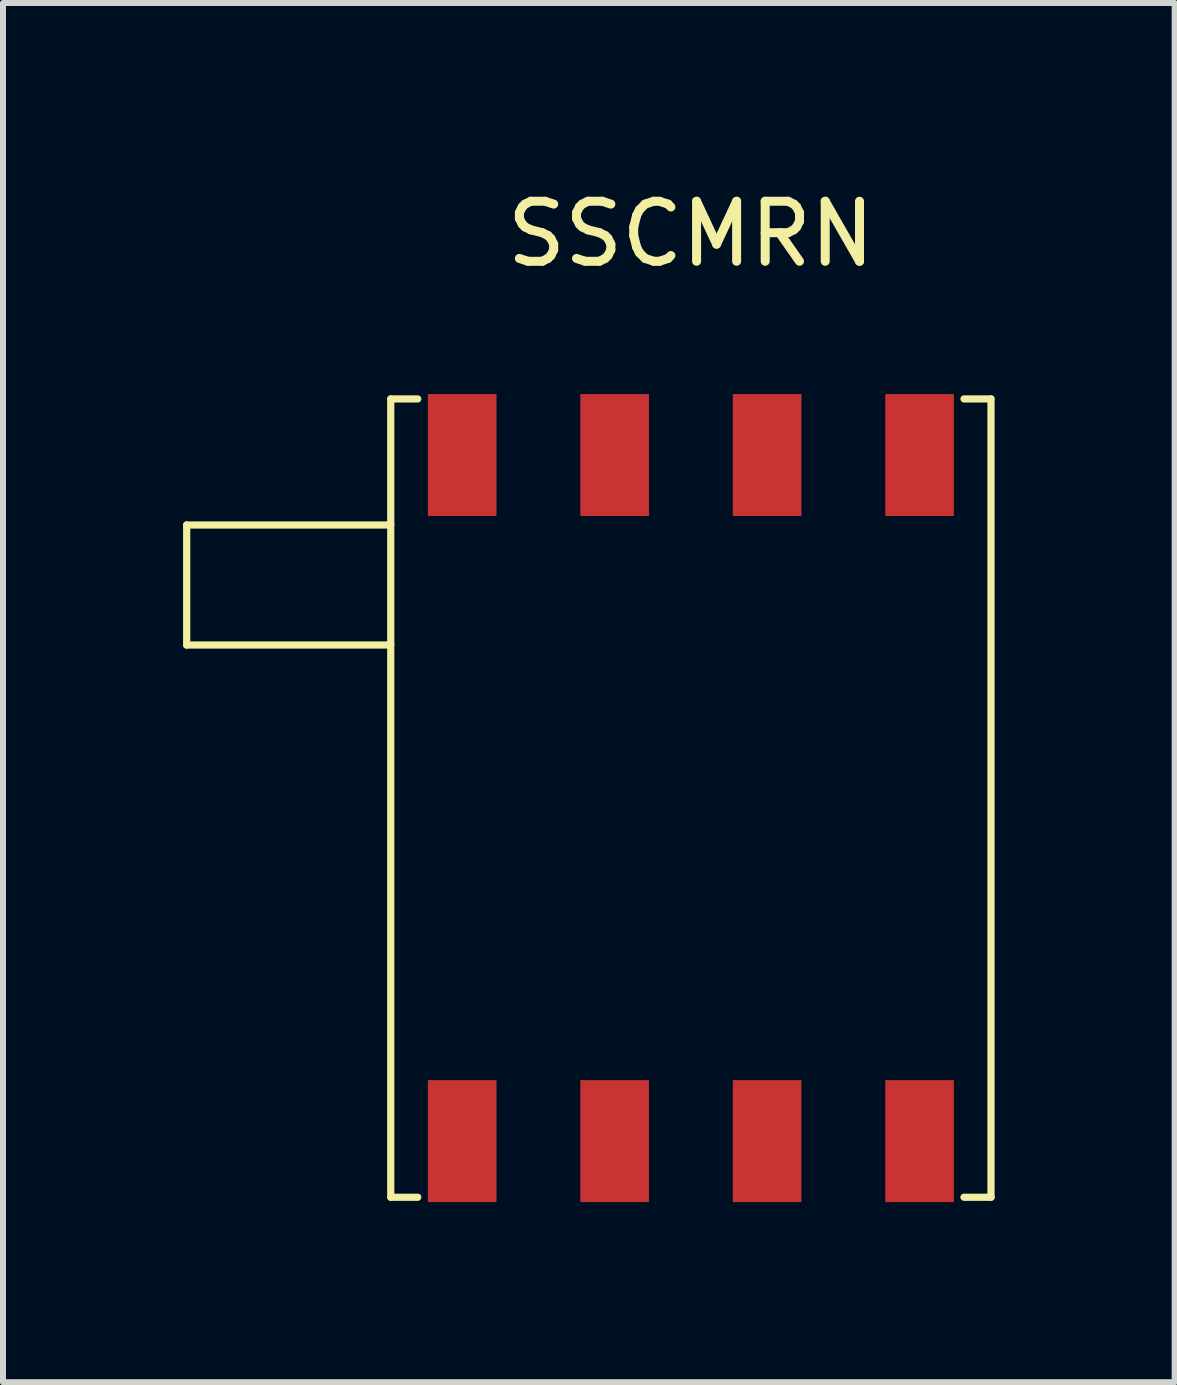
<source format=kicad_pcb>
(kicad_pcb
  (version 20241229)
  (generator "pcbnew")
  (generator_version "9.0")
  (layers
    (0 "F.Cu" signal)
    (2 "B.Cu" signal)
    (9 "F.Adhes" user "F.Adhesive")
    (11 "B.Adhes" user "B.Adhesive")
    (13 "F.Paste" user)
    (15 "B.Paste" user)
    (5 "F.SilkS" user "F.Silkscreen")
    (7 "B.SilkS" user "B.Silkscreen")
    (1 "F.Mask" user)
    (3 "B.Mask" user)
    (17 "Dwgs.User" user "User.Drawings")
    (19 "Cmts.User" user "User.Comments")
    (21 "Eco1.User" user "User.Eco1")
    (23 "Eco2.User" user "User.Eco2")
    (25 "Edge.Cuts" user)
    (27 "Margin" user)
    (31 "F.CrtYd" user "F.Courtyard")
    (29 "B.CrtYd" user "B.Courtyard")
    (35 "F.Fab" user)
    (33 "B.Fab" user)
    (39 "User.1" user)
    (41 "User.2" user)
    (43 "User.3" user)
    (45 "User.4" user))
  (footprint "SSCMRN"
    (layer "F.Cu")
    (at 8.46 10.246)
    (property "Reference" "SSCMRN" (at 0 -9.398 0) (layer "F.SilkS") (effects (font (size 1 1) (thickness 0.15))))
    (attr through_hole)
    (fp_line (start -8.4 -4.55) (end -8.4 -2.55) (stroke (width 0.12) (type solid)) (layer "F.SilkS"))
    (fp_line (start -8.4 -2.55) (end -5 -2.55) (stroke (width 0.12) (type solid)) (layer "F.SilkS"))
    (fp_line (start -5 -6.65) (end -5 6.65) (stroke (width 0.12) (type solid)) (layer "F.SilkS"))
    (fp_line (start -5 -6.65) (end -4.55 -6.65) (stroke (width 0.12) (type solid)) (layer "F.SilkS"))
    (fp_line (start -5 -4.55) (end -8.4 -4.55) (stroke (width 0.12) (type solid)) (layer "F.SilkS"))
    (fp_line (start -5 6.65) (end -4.55 6.65) (stroke (width 0.12) (type solid)) (layer "F.SilkS"))
    (fp_line (start 5 -6.65) (end 4.55 -6.65) (stroke (width 0.12) (type solid)) (layer "F.SilkS"))
    (fp_line (start 5 6.65) (end 4.55 6.65) (stroke (width 0.12) (type solid)) (layer "F.SilkS"))
    (fp_line (start 5 6.65) (end 5 -6.65) (stroke (width 0.12) (type solid)) (layer "F.SilkS"))
    (pad "1" smd rect (at -3.81 5.715) (size 1.143 2.032) (layers "F.Cu" "F.Mask" "F.Paste"))
    (pad "2" smd rect (at -1.27 5.715) (size 1.143 2.032) (layers "F.Cu" "F.Mask" "F.Paste"))
    (pad "3" smd rect (at 1.27 5.715) (size 1.143 2.032) (layers "F.Cu" "F.Mask" "F.Paste"))
    (pad "4" smd rect (at 3.81 5.715) (size 1.143 2.032) (layers "F.Cu" "F.Mask" "F.Paste"))
    (pad "5" smd rect (at 3.81 -5.715) (size 1.143 2.032) (layers "F.Cu" "F.Mask" "F.Paste"))
    (pad "6" smd rect (at 1.27 -5.715) (size 1.143 2.032) (layers "F.Cu" "F.Mask" "F.Paste"))
    (pad "7" smd rect (at -1.27 -5.715) (size 1.143 2.032) (layers "F.Cu" "F.Mask" "F.Paste"))
    (pad "8" smd rect (at -3.81 -5.715) (size 1.143 2.032) (layers "F.Cu" "F.Mask" "F.Paste")))
  (gr_rect
    (start -3 -3)
    (end 16.52 19.977)
    (stroke (width 0.1) (type default))
    (fill no)
    (layer "Edge.Cuts")))
</source>
